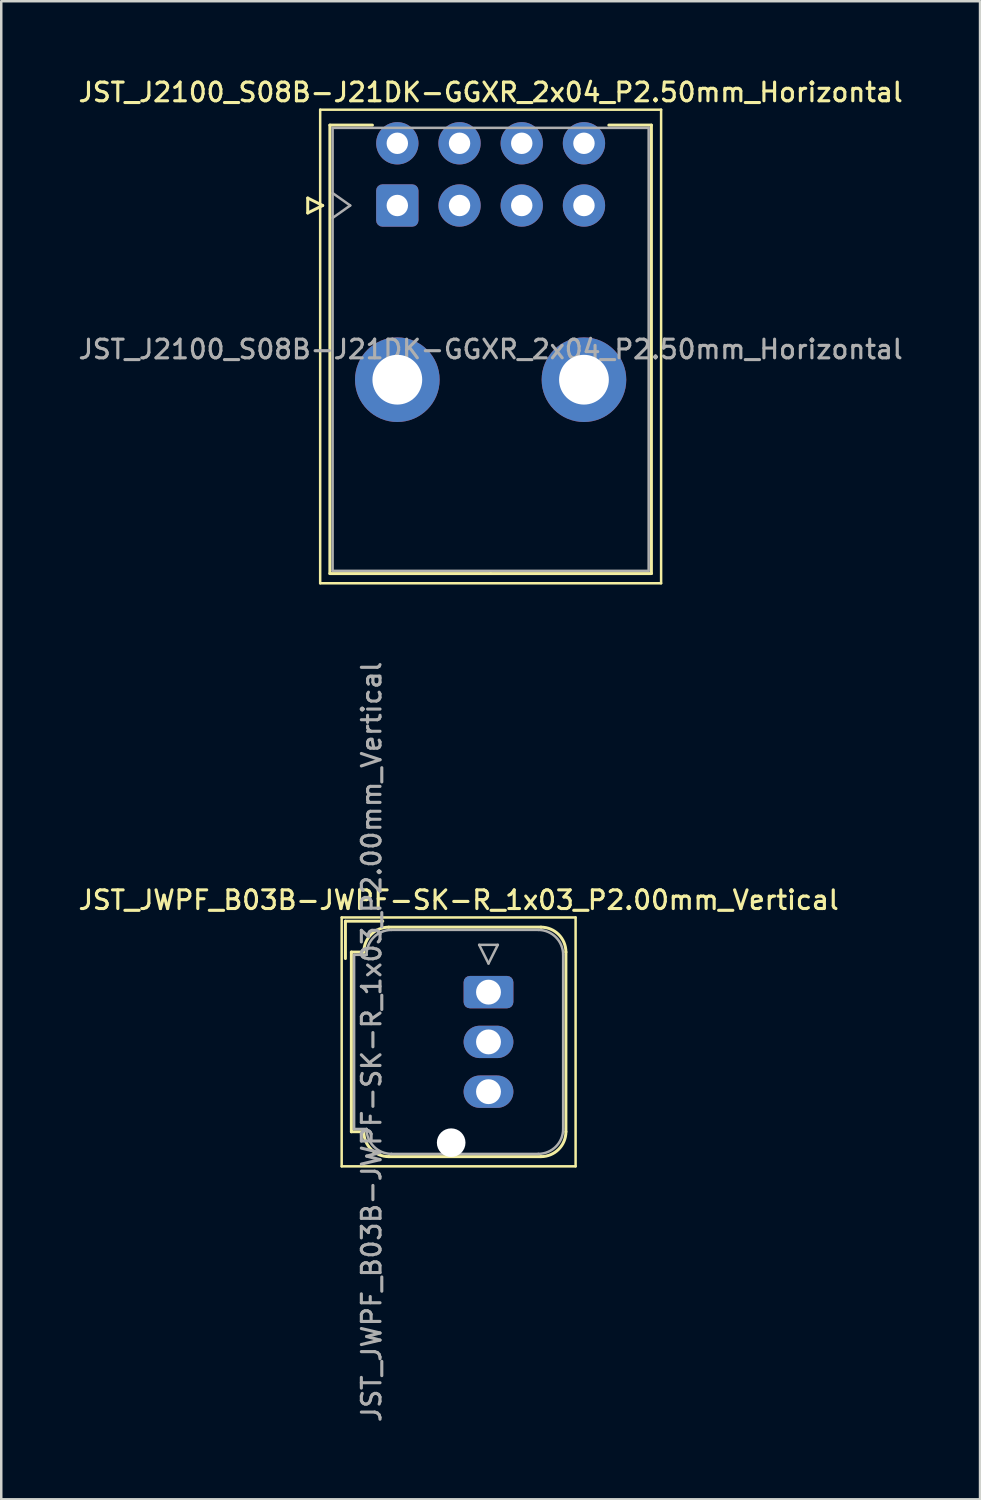
<source format=kicad_pcb>
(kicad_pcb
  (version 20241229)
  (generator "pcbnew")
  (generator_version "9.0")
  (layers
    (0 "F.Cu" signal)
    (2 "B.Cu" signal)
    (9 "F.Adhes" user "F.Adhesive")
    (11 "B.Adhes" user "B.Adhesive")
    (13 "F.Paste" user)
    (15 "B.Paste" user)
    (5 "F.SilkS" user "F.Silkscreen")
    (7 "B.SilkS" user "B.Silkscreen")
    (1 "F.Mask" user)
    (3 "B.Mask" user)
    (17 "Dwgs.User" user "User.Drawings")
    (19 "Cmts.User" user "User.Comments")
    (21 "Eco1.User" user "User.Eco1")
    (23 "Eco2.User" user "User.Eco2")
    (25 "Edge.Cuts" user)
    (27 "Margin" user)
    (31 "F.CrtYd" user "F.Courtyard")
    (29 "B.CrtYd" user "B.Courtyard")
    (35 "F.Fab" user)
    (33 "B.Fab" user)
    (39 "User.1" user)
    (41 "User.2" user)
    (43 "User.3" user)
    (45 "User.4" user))
  (footprint "JST_J2100_S08B-J21DK-GGXR_2x04_P2.50mm_Horizontal"
    (layer "F.Cu")
    (at 12.916 5.208)
    (property "Reference" "JST_J2100_S08B-J21DK-GGXR_2x04_P2.50mm_Horizontal" (at 3.75 -4.55 0) (layer "F.SilkS") (effects (font (size 0.75 0.75) (thickness 0.125))))
    (attr through_hole)
    (fp_line (start -3.6 -0.3) (end -3 0) (stroke (width 0.12) (type solid)) (layer "F.SilkS"))
    (fp_line (start -3.6 0.3) (end -3.6 -0.3) (stroke (width 0.12) (type solid)) (layer "F.SilkS"))
    (fp_line (start -3.1 -3.85) (end -3.1 15.18) (stroke (width 0.1) (type solid)) (layer "F.SilkS"))
    (fp_line (start -3.1 15.18) (end 10.6 15.18) (stroke (width 0.1) (type solid)) (layer "F.SilkS"))
    (fp_line (start -3 0) (end -3.6 0.3) (stroke (width 0.12) (type solid)) (layer "F.SilkS"))
    (fp_line (start -2.71 -3.23) (end -2.71 14.79) (stroke (width 0.12) (type solid)) (layer "F.SilkS"))
    (fp_line (start -2.71 14.79) (end 3.75 14.79) (stroke (width 0.12) (type solid)) (layer "F.SilkS"))
    (fp_line (start -1 -3.23) (end -2.71 -3.23) (stroke (width 0.12) (type solid)) (layer "F.SilkS"))
    (fp_line (start 8.5 -3.23) (end 10.21 -3.23) (stroke (width 0.12) (type solid)) (layer "F.SilkS"))
    (fp_line (start 10.21 -3.23) (end 10.21 14.79) (stroke (width 0.12) (type solid)) (layer "F.SilkS"))
    (fp_line (start 10.21 14.79) (end 3.75 14.79) (stroke (width 0.12) (type solid)) (layer "F.SilkS"))
    (fp_line (start 10.6 -3.85) (end -3.1 -3.85) (stroke (width 0.1) (type solid)) (layer "F.SilkS"))
    (fp_line (start 10.6 15.18) (end 10.6 -3.85) (stroke (width 0.1) (type solid)) (layer "F.SilkS"))
    (fp_line (start -2.6 -3.12) (end -2.6 14.68) (stroke (width 0.1) (type solid)) (layer "F.Fab"))
    (fp_line (start -2.6 0.5) (end -1.893 0) (stroke (width 0.1) (type solid)) (layer "F.Fab"))
    (fp_line (start -2.6 14.68) (end 10.1 14.68) (stroke (width 0.1) (type solid)) (layer "F.Fab"))
    (fp_line (start -1.893 0) (end -2.6 -0.5) (stroke (width 0.1) (type solid)) (layer "F.Fab"))
    (fp_line (start 10.1 -3.12) (end -2.6 -3.12) (stroke (width 0.1) (type solid)) (layer "F.Fab"))
    (fp_line (start 10.1 14.68) (end 10.1 -3.12) (stroke (width 0.1) (type solid)) (layer "F.Fab"))
    (fp_text user "${REFERENCE}" (at 3.75 5.78 0) (layer "F.Fab") (effects (font (size 0.75 0.75) (thickness 0.125))))
    (pad "" thru_hole circle (at 0 7) (size 3.4 3.4) (drill 2) (layers "*.Cu" "*.Mask"))
    (pad "" thru_hole circle (at 7.5 7) (size 3.4 3.4) (drill 2) (layers "*.Cu" "*.Mask"))
    (pad "1" thru_hole roundrect (at 0 0) (size 1.7 1.7) (drill 0.86) (layers "*.Cu" "*.Mask") (roundrect_rratio 0.147))
    (pad "2" thru_hole circle (at 2.5 0) (size 1.7 1.7) (drill 0.86) (layers "*.Cu" "*.Mask"))
    (pad "3" thru_hole circle (at 5 0) (size 1.7 1.7) (drill 0.86) (layers "*.Cu" "*.Mask"))
    (pad "4" thru_hole circle (at 7.5 0) (size 1.7 1.7) (drill 0.86) (layers "*.Cu" "*.Mask"))
    (pad "5" thru_hole circle (at 0 -2.5) (size 1.7 1.7) (drill 0.86) (layers "*.Cu" "*.Mask"))
    (pad "6" thru_hole circle (at 2.5 -2.5) (size 1.7 1.7) (drill 0.86) (layers "*.Cu" "*.Mask"))
    (pad "7" thru_hole circle (at 5 -2.5) (size 1.7 1.7) (drill 0.86) (layers "*.Cu" "*.Mask"))
    (pad "8" thru_hole circle (at 7.5 -2.5) (size 1.7 1.7) (drill 0.86) (layers "*.Cu" "*.Mask")))
  (footprint "JST_JWPF_B03B-JWPF-SK-R_1x03_P2.00mm_Vertical"
    (layer "F.Cu")
    (at 16.58 36.818)
    (property "Reference" "JST_JWPF_B03B-JWPF-SK-R_1x03_P2.00mm_Vertical" (at -1.2 -3.7 0) (layer "F.SilkS") (effects (font (size 0.75 0.75) (thickness 0.125))))
    (attr through_hole)
    (fp_line (start -5.9 -3) (end -5.9 7) (stroke (width 0.1) (type solid)) (layer "F.SilkS"))
    (fp_line (start -5.9 7) (end 3.5 7) (stroke (width 0.1) (type solid)) (layer "F.SilkS"))
    (fp_line (start -5.75 -2.85) (end -4.25 -2.85) (stroke (width 0.12) (type solid)) (layer "F.SilkS"))
    (fp_line (start -5.75 -1.35) (end -5.75 -2.85) (stroke (width 0.12) (type solid)) (layer "F.SilkS"))
    (fp_line (start -5.51 -1.61) (end -5.51 5.61) (stroke (width 0.12) (type solid)) (layer "F.SilkS"))
    (fp_line (start -5.51 5.61) (end -5.01 5.61) (stroke (width 0.12) (type solid)) (layer "F.SilkS"))
    (fp_line (start -5.01 -1.61) (end -5.51 -1.61) (stroke (width 0.12) (type solid)) (layer "F.SilkS"))
    (fp_line (start -5.01 -1.61) (end -5.01 -1.61) (stroke (width 0.12) (type solid)) (layer "F.SilkS"))
    (fp_line (start -5.01 5.61) (end -5.01 5.61) (stroke (width 0.12) (type solid)) (layer "F.SilkS"))
    (fp_line (start -4.01 -2.61) (end 2.11 -2.61) (stroke (width 0.12) (type solid)) (layer "F.SilkS"))
    (fp_line (start -4.01 6.61) (end 2.11 6.61) (stroke (width 0.12) (type solid)) (layer "F.SilkS"))
    (fp_line (start 3.11 -1.61) (end 3.11 5.61) (stroke (width 0.12) (type solid)) (layer "F.SilkS"))
    (fp_line (start 3.5 -3) (end -5.9 -3) (stroke (width 0.1) (type solid)) (layer "F.SilkS"))
    (fp_line (start 3.5 7) (end 3.5 -3) (stroke (width 0.1) (type solid)) (layer "F.SilkS"))
    (fp_arc (start -5.01 -1.61) (mid -4.717107 -2.317107) (end -4.01 -2.61) (stroke (width 0.12) (type solid)) (layer "F.SilkS"))
    (fp_arc (start -4.01 6.61) (mid -4.717107 6.317107) (end -5.01 5.61) (stroke (width 0.12) (type solid)) (layer "F.SilkS"))
    (fp_arc (start 2.11 -2.61) (mid 2.817107 -2.317107) (end 3.11 -1.61) (stroke (width 0.12) (type solid)) (layer "F.SilkS"))
    (fp_arc (start 3.11 5.61) (mid 2.817107 6.317107) (end 2.11 6.61) (stroke (width 0.12) (type solid)) (layer "F.SilkS"))
    (fp_line (start -5.4 -1.5) (end -5.4 5.5) (stroke (width 0.1) (type solid)) (layer "F.Fab"))
    (fp_line (start -5.4 5.5) (end -4.9 5.5) (stroke (width 0.1) (type solid)) (layer "F.Fab"))
    (fp_line (start -4.9 -1.5) (end -5.4 -1.5) (stroke (width 0.1) (type solid)) (layer "F.Fab"))
    (fp_line (start -4.9 -1.5) (end -4.9 -1.5) (stroke (width 0.1) (type solid)) (layer "F.Fab"))
    (fp_line (start -4.9 5.5) (end -4.9 5.5) (stroke (width 0.1) (type solid)) (layer "F.Fab"))
    (fp_line (start -3.9 -2.5) (end 2 -2.5) (stroke (width 0.1) (type solid)) (layer "F.Fab"))
    (fp_line (start -3.9 6.5) (end 2 6.5) (stroke (width 0.1) (type solid)) (layer "F.Fab"))
    (fp_line (start -0.375 -1.9) (end 0.375 -1.9) (stroke (width 0.1) (type solid)) (layer "F.Fab"))
    (fp_line (start 0 -1.15) (end -0.375 -1.9) (stroke (width 0.1) (type solid)) (layer "F.Fab"))
    (fp_line (start 0.375 -1.9) (end 0 -1.15) (stroke (width 0.1) (type solid)) (layer "F.Fab"))
    (fp_line (start 3 -1.5) (end 3 5.5) (stroke (width 0.1) (type solid)) (layer "F.Fab"))
    (fp_arc (start -4.9 -1.5) (mid -4.607107 -2.207107) (end -3.9 -2.5) (stroke (width 0.1) (type solid)) (layer "F.Fab"))
    (fp_arc (start -3.9 6.5) (mid -4.607107 6.207107) (end -4.9 5.5) (stroke (width 0.1) (type solid)) (layer "F.Fab"))
    (fp_arc (start 2 -2.5) (mid 2.707107 -2.207107) (end 3 -1.5) (stroke (width 0.1) (type solid)) (layer "F.Fab"))
    (fp_arc (start 3 5.5) (mid 2.707107 6.207107) (end 2 6.5) (stroke (width 0.1) (type solid)) (layer "F.Fab"))
    (fp_text user "${REFERENCE}" (at -4.7 2 90) (layer "F.Fab") (effects (font (size 0.75 0.75) (thickness 0.125))))
    (pad "" np_thru_hole circle (at -1.5 6.05) (size 1.15 1.15) (drill 1.15) (layers "*.Cu" "*.Mask"))
    (pad "1" thru_hole roundrect (at 0 0) (size 2 1.3) (drill 1) (layers "*.Cu" "*.Mask") (roundrect_rratio 0.192))
    (pad "2" thru_hole oval (at 0 2) (size 2 1.3) (drill 1) (layers "*.Cu" "*.Mask"))
    (pad "3" thru_hole oval (at 0 4) (size 2 1.3) (drill 1) (layers "*.Cu" "*.Mask")))
  (gr_rect
    (start -3 -3)
    (end 36.332 57.199)
    (stroke (width 0.1) (type default))
    (fill no)
    (layer "Edge.Cuts")))
</source>
